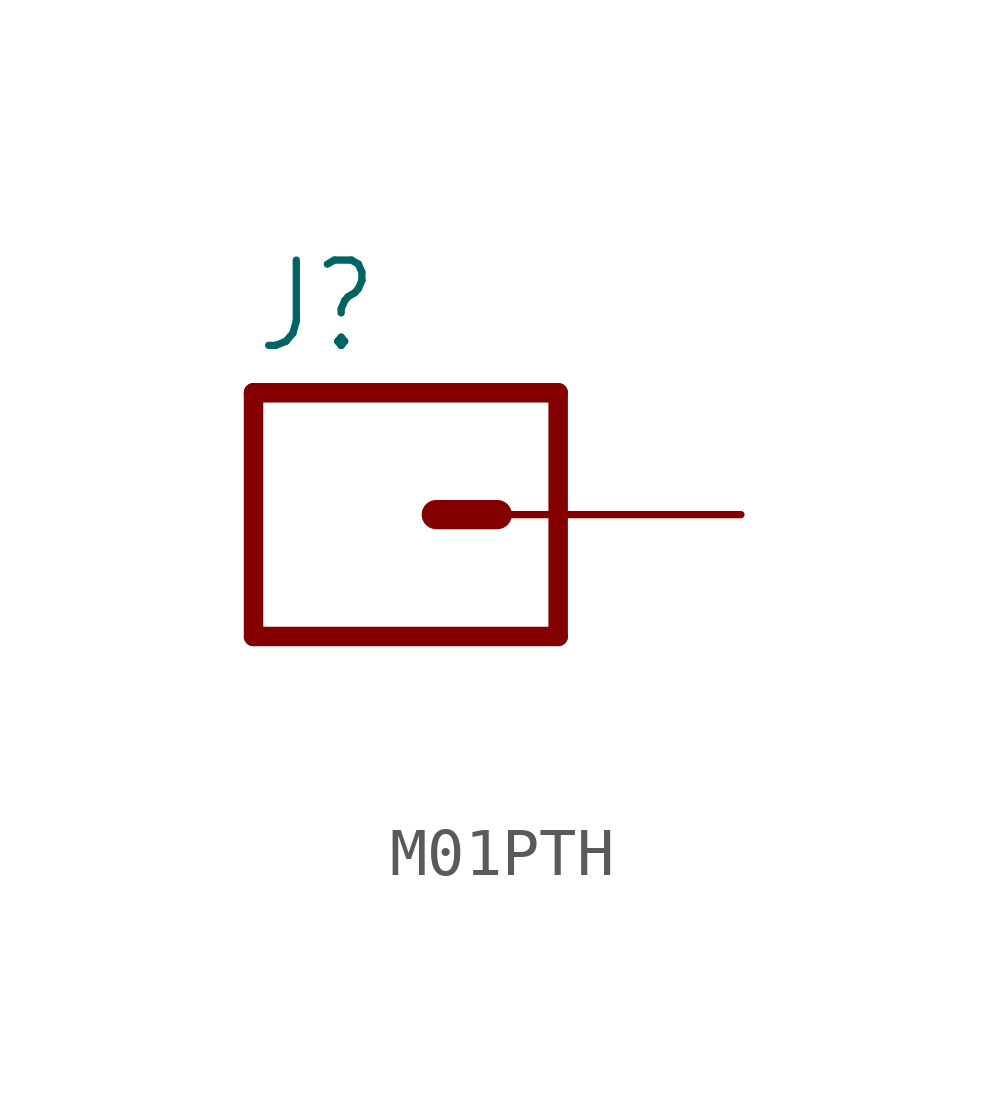
<source format=kicad_sym>
(kicad_symbol_lib
  (version 20231120)
  (generator "kicad_symbol_editor")
  (generator_version "8.0")
  (symbol "M01PTH"
    (property "Reference" "J"
      (at -2.54 3.302 0)
      (effects (font (size 1.778 1.511)) (justify left bottom)))
    (property "Value" ""
      (at -2.54 -5.08 0)
      (effects (font (size 1.778 1.511)) (justify left bottom)))
    (property "ki_locked" ""
      (at 0 0 0)
      (effects (font (size 1.27 1.27))))
    (symbol "M01PTH_1_0"
      (polyline (pts (xy -2.54 2.54) (xy -2.54 -2.54)) (stroke (width 0.406) (type solid)) (fill (type none)))
      (polyline (pts (xy -2.54 2.54) (xy 3.81 2.54)) (stroke (width 0.406) (type solid)) (fill (type none)))
      (polyline (pts (xy 1.27 0) (xy 2.54 0)) (stroke (width 0.61) (type solid)) (fill (type none)))
      (polyline (pts (xy 3.81 -2.54) (xy -2.54 -2.54)) (stroke (width 0.406) (type solid)) (fill (type none)))
      (polyline (pts (xy 3.81 -2.54) (xy 3.81 2.54)) (stroke (width 0.406) (type solid)) (fill (type none)))
      (pin passive line (at 7.62 0 180) (length 5.08) (name "1" (effects (font (size 0 0)))) (number "1" (effects (font (size 0 0))))))))
</source>
